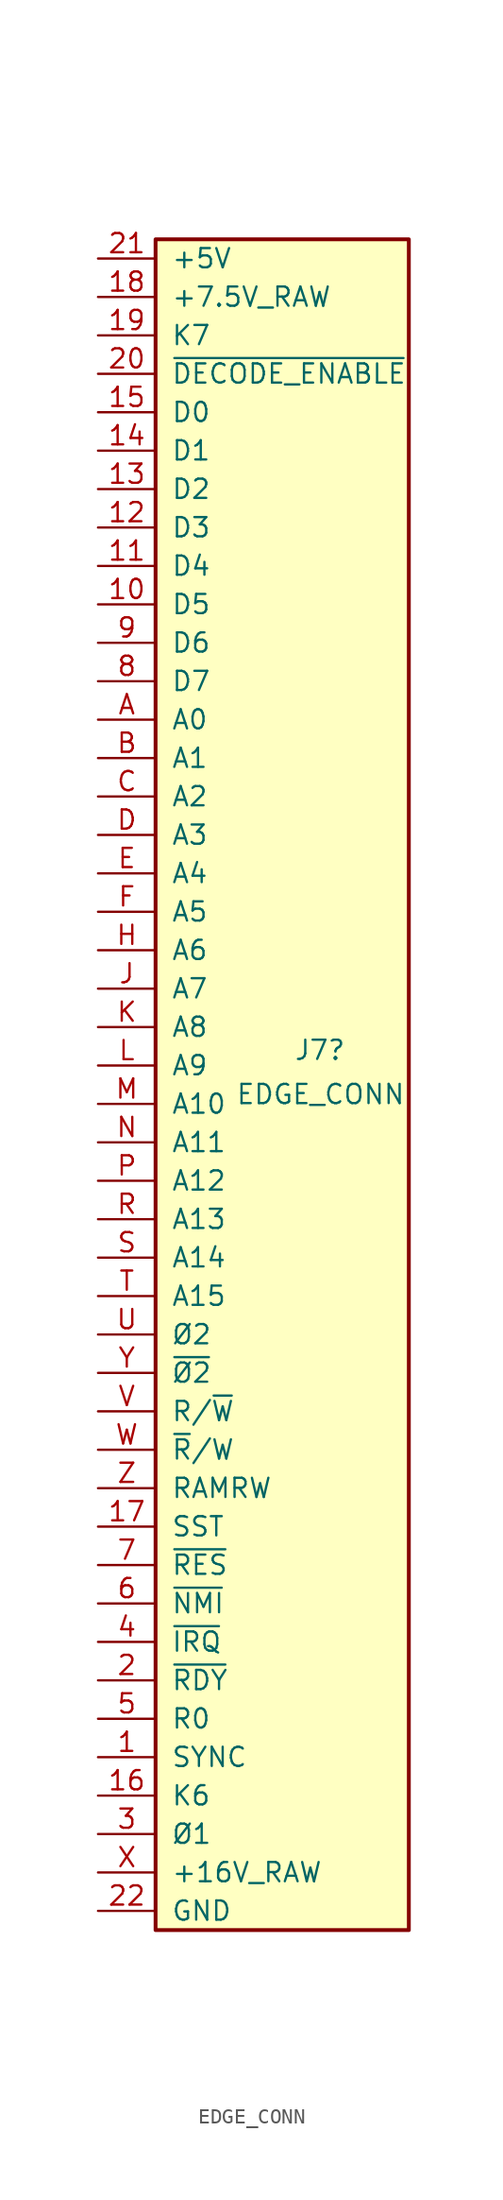
<source format=kicad_sym>
(kicad_symbol_lib
  (version 20220914)
  (generator kicad_symbol_editor)
  (symbol "EDGE_CONN"
    (pin_names
      (offset 1.016))
    (property "Reference" "J7"
      (at 7.874 1.016 0)
      (effects (font (size 1.27 1.27)) (justify left)))
    (property "Value" "EDGE_CONN"
      (at 9.652 -1.905 0)
      (effects (font (size 1.27 1.27))))
    (symbol "EDGE_CONN_1_1"
      (rectangle (start -1.27 54.61) (end 15.494 -57.15) (stroke (width 0.254) (type default)) (fill (type background)))
      (pin passive line (at -5.08 -45.72 0) (length 3.81) (name "SYNC" (effects (font (size 1.27 1.27)))) (number "1" (effects (font (size 1.27 1.27)))))
      (pin passive line (at -5.08 30.48 0) (length 3.81) (name "D5" (effects (font (size 1.27 1.27)))) (number "10" (effects (font (size 1.27 1.27)))))
      (pin passive line (at -5.08 33.02 0) (length 3.81) (name "D4" (effects (font (size 1.27 1.27)))) (number "11" (effects (font (size 1.27 1.27)))))
      (pin passive line (at -5.08 35.56 0) (length 3.81) (name "D3" (effects (font (size 1.27 1.27)))) (number "12" (effects (font (size 1.27 1.27)))))
      (pin passive line (at -5.08 38.1 0) (length 3.81) (name "D2" (effects (font (size 1.27 1.27)))) (number "13" (effects (font (size 1.27 1.27)))))
      (pin passive line (at -5.08 40.64 0) (length 3.81) (name "D1" (effects (font (size 1.27 1.27)))) (number "14" (effects (font (size 1.27 1.27)))))
      (pin passive line (at -5.08 43.18 0) (length 3.81) (name "D0" (effects (font (size 1.27 1.27)))) (number "15" (effects (font (size 1.27 1.27)))))
      (pin passive line (at -5.08 -48.26 0) (length 3.81) (name "K6" (effects (font (size 1.27 1.27)))) (number "16" (effects (font (size 1.27 1.27)))))
      (pin passive line (at -5.08 -30.48 0) (length 3.81) (name "SST" (effects (font (size 1.27 1.27)))) (number "17" (effects (font (size 1.27 1.27)))))
      (pin passive line (at -5.08 50.8 0) (length 3.81) (name "+7.5V_RAW" (effects (font (size 1.27 1.27)))) (number "18" (effects (font (size 1.27 1.27)))))
      (pin passive line (at -5.08 48.26 0) (length 3.81) (name "K7" (effects (font (size 1.27 1.27)))) (number "19" (effects (font (size 1.27 1.27)))))
      (pin passive line (at -5.08 -40.64 0) (length 3.81) (name "~{RDY}" (effects (font (size 1.27 1.27)))) (number "2" (effects (font (size 1.27 1.27)))))
      (pin passive line (at -5.08 45.72 0) (length 3.81) (name "~{DECODE_ENABLE}" (effects (font (size 1.27 1.27)))) (number "20" (effects (font (size 1.27 1.27)))))
      (pin passive line (at -5.08 53.34 0) (length 3.81) (name "+5V" (effects (font (size 1.27 1.27)))) (number "21" (effects (font (size 1.27 1.27)))))
      (pin passive line (at -5.08 -55.88 0) (length 3.81) (name "GND" (effects (font (size 1.27 1.27)))) (number "22" (effects (font (size 1.27 1.27)))))
      (pin passive line (at -5.08 -50.8 0) (length 3.81) (name "Ø1" (effects (font (size 1.27 1.27)))) (number "3" (effects (font (size 1.27 1.27)))))
      (pin passive line (at -5.08 -38.1 0) (length 3.81) (name "~{IRQ}" (effects (font (size 1.27 1.27)))) (number "4" (effects (font (size 1.27 1.27)))))
      (pin passive line (at -5.08 -43.18 0) (length 3.81) (name "R0" (effects (font (size 1.27 1.27)))) (number "5" (effects (font (size 1.27 1.27)))))
      (pin passive line (at -5.08 -35.56 0) (length 3.81) (name "~{NMI}" (effects (font (size 1.27 1.27)))) (number "6" (effects (font (size 1.27 1.27)))))
      (pin passive line (at -5.08 -33.02 0) (length 3.81) (name "~{RES}" (effects (font (size 1.27 1.27)))) (number "7" (effects (font (size 1.27 1.27)))))
      (pin passive line (at -5.08 25.4 0) (length 3.81) (name "D7" (effects (font (size 1.27 1.27)))) (number "8" (effects (font (size 1.27 1.27)))))
      (pin passive line (at -5.08 27.94 0) (length 3.81) (name "D6" (effects (font (size 1.27 1.27)))) (number "9" (effects (font (size 1.27 1.27)))))
      (pin passive line (at -5.08 22.86 0) (length 3.81) (name "A0" (effects (font (size 1.27 1.27)))) (number "A" (effects (font (size 1.27 1.27)))))
      (pin passive line (at -5.08 20.32 0) (length 3.81) (name "A1" (effects (font (size 1.27 1.27)))) (number "B" (effects (font (size 1.27 1.27)))))
      (pin passive line (at -5.08 17.78 0) (length 3.81) (name "A2" (effects (font (size 1.27 1.27)))) (number "C" (effects (font (size 1.27 1.27)))))
      (pin passive line (at -5.08 15.24 0) (length 3.81) (name "A3" (effects (font (size 1.27 1.27)))) (number "D" (effects (font (size 1.27 1.27)))))
      (pin passive line (at -5.08 12.7 0) (length 3.81) (name "A4" (effects (font (size 1.27 1.27)))) (number "E" (effects (font (size 1.27 1.27)))))
      (pin passive line (at -5.08 10.16 0) (length 3.81) (name "A5" (effects (font (size 1.27 1.27)))) (number "F" (effects (font (size 1.27 1.27)))))
      (pin passive line (at -5.08 7.62 0) (length 3.81) (name "A6" (effects (font (size 1.27 1.27)))) (number "H" (effects (font (size 1.27 1.27)))))
      (pin passive line (at -5.08 5.08 0) (length 3.81) (name "A7" (effects (font (size 1.27 1.27)))) (number "J" (effects (font (size 1.27 1.27)))))
      (pin passive line (at -5.08 2.54 0) (length 3.81) (name "A8" (effects (font (size 1.27 1.27)))) (number "K" (effects (font (size 1.27 1.27)))))
      (pin passive line (at -5.08 0 0) (length 3.81) (name "A9" (effects (font (size 1.27 1.27)))) (number "L" (effects (font (size 1.27 1.27)))))
      (pin passive line (at -5.08 -2.54 0) (length 3.81) (name "A10" (effects (font (size 1.27 1.27)))) (number "M" (effects (font (size 1.27 1.27)))))
      (pin passive line (at -5.08 -5.08 0) (length 3.81) (name "A11" (effects (font (size 1.27 1.27)))) (number "N" (effects (font (size 1.27 1.27)))))
      (pin passive line (at -5.08 -7.62 0) (length 3.81) (name "A12" (effects (font (size 1.27 1.27)))) (number "P" (effects (font (size 1.27 1.27)))))
      (pin passive line (at -5.08 -10.16 0) (length 3.81) (name "A13" (effects (font (size 1.27 1.27)))) (number "R" (effects (font (size 1.27 1.27)))))
      (pin passive line (at -5.08 -12.7 0) (length 3.81) (name "A14" (effects (font (size 1.27 1.27)))) (number "S" (effects (font (size 1.27 1.27)))))
      (pin passive line (at -5.08 -15.24 0) (length 3.81) (name "A15" (effects (font (size 1.27 1.27)))) (number "T" (effects (font (size 1.27 1.27)))))
      (pin passive line (at -5.08 -17.78 0) (length 3.81) (name "Ø2" (effects (font (size 1.27 1.27)))) (number "U" (effects (font (size 1.27 1.27)))))
      (pin passive line (at -5.08 -22.86 0) (length 3.81) (name "R/~{W}" (effects (font (size 1.27 1.27)))) (number "V" (effects (font (size 1.27 1.27)))))
      (pin passive line (at -5.08 -25.4 0) (length 3.81) (name "~{R}/W" (effects (font (size 1.27 1.27)))) (number "W" (effects (font (size 1.27 1.27)))))
      (pin passive line (at -5.08 -53.34 0) (length 3.81) (name "+16V_RAW" (effects (font (size 1.27 1.27)))) (number "X" (effects (font (size 1.27 1.27)))))
      (pin passive line (at -5.08 -20.32 0) (length 3.81) (name "~{Ø2}" (effects (font (size 1.27 1.27)))) (number "Y" (effects (font (size 1.27 1.27)))))
      (pin passive line (at -5.08 -27.94 0) (length 3.81) (name "RAMRW" (effects (font (size 1.27 1.27)))) (number "Z" (effects (font (size 1.27 1.27))))))))
</source>
